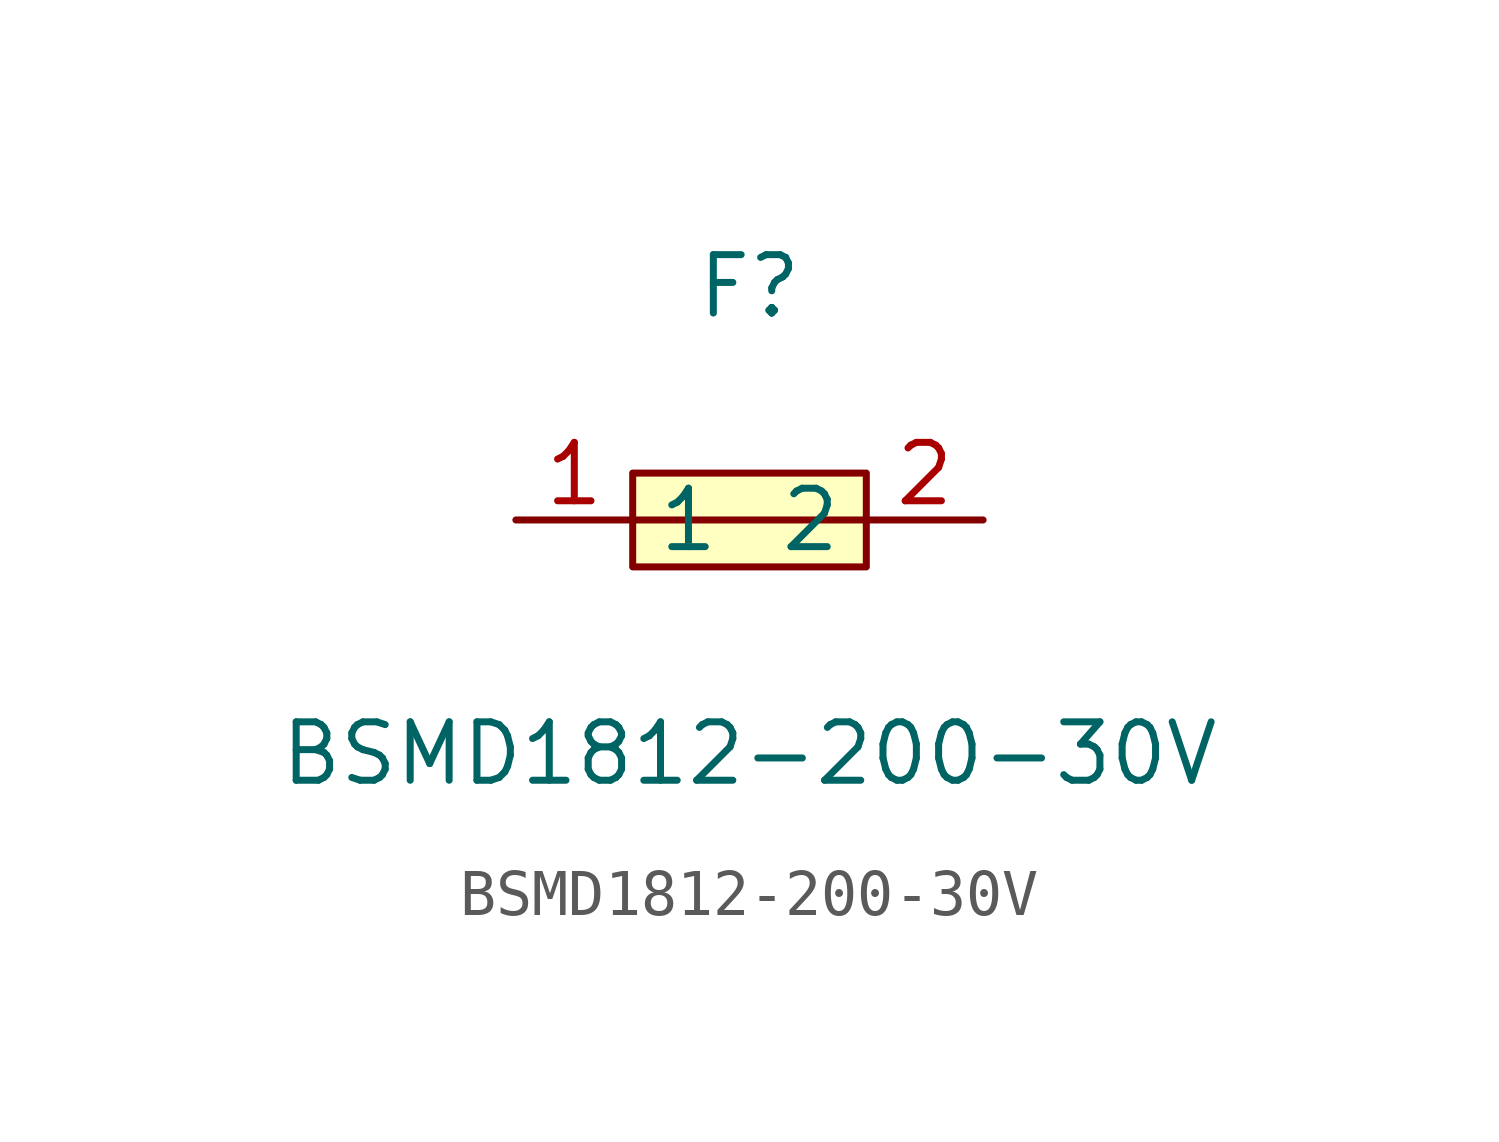
<source format=kicad_sym>
(kicad_symbol_lib
  (version 20211014)
  (generator https://github.com/uPesy/easyeda2kicad.py)
  (symbol "BSMD1812-200-30V"
    (property "Reference" "F"
      (at 0 5.08 0)
      (effects (font (size 1.27 1.27))))
    (property "Value" "BSMD1812-200-30V"
      (at 0 -5.08 0)
      (effects (font (size 1.27 1.27))))
    (symbol "BSMD1812-200-30V_0_1"
      (rectangle (start -2.54 1.02) (end 2.54 -1.02) (stroke (width 0) (type default) (color 0 0 0 0)) (fill (type background)))
      (polyline (pts (xy -2.54 -0.00) (xy 2.54 -0.00)) (stroke (width 0) (type default) (color 0 0 0 0)) (fill (type none)))
      (pin unspecified line (at -5.08 -0.00 0) (length 2.54) (name "1" (effects (font (size 1.27 1.27)))) (number "1" (effects (font (size 1.27 1.27)))))
      (pin unspecified line (at 5.08 -0.00 180) (length 2.54) (name "2" (effects (font (size 1.27 1.27)))) (number "2" (effects (font (size 1.27 1.27))))))))
</source>
